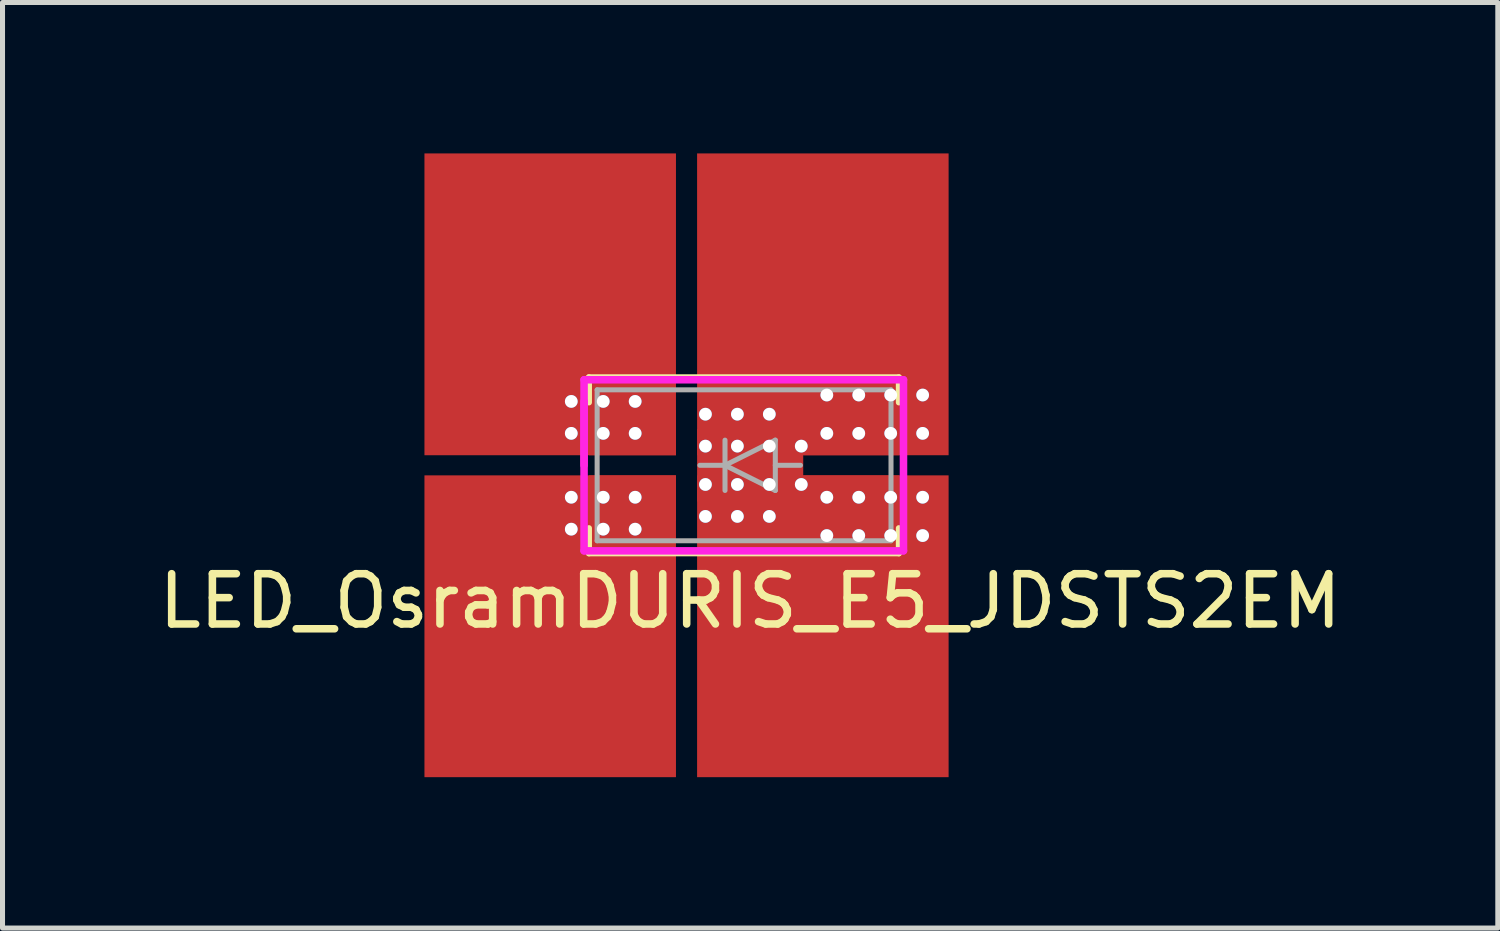
<source format=kicad_pcb>
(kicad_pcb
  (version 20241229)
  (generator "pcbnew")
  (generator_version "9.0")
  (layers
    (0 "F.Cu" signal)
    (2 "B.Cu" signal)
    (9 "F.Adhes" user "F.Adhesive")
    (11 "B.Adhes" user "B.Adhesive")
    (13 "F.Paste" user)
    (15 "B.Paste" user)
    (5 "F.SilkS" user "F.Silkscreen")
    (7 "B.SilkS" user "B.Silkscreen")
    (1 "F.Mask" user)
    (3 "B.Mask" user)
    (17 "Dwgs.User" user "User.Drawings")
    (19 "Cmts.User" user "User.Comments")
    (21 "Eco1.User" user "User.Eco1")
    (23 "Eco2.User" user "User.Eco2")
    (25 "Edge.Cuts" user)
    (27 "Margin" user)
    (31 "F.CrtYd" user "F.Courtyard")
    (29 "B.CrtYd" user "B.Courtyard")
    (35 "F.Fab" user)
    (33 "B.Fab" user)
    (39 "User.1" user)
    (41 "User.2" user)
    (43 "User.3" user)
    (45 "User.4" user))
  (footprint "LED_OsramDURIS_E5_JDSTS2EM"
    (layer "F.Cu")
    (at 11.863 6.2)
    (property "Reference" "LED_OsramDURIS_E5_JDSTS2EM" (at 0 2.7 0) (layer "F.SilkS") (effects (font (size 1 1) (thickness 0.15))))
    (attr smd)
    (fp_line (start -3.155 -1.05) (end -3.155 -0.25) (stroke (width 0.15) (type solid)) (layer "F.Mask"))
    (fp_line (start -3.155 -0.25) (end -1.525 -0.25) (stroke (width 0.15) (type solid)) (layer "F.Mask"))
    (fp_line (start -3.155 0.25) (end -1.525 0.25) (stroke (width 0.15) (type solid)) (layer "F.Mask"))
    (fp_line (start -3.155 1.05) (end -3.155 0.25) (stroke (width 0.15) (type solid)) (layer "F.Mask"))
    (fp_line (start -1.525 -1.05) (end -3.155 -1.05) (stroke (width 0.15) (type solid)) (layer "F.Mask"))
    (fp_line (start -1.525 -0.25) (end -1.525 -1.05) (stroke (width 0.15) (type solid)) (layer "F.Mask"))
    (fp_line (start -1.525 0.25) (end -1.525 1.05) (stroke (width 0.15) (type solid)) (layer "F.Mask"))
    (fp_line (start -1.525 1.05) (end -3.155 1.05) (stroke (width 0.15) (type solid)) (layer "F.Mask"))
    (fp_line (start -1.005 -0.65) (end 1.096 -0.65) (stroke (width 0.15) (type solid)) (layer "F.Mask"))
    (fp_line (start -1.005 0.65) (end -1.005 -0.65) (stroke (width 0.15) (type solid)) (layer "F.Mask"))
    (fp_line (start 0.996 -0.25) (end 0.996 0.25) (stroke (width 0.15) (type solid)) (layer "F.Mask"))
    (fp_line (start 0.996 0.25) (end 2.906 0.25) (stroke (width 0.15) (type solid)) (layer "F.Mask"))
    (fp_line (start 1.096 -1.05) (end 2.906 -1.05) (stroke (width 0.15) (type solid)) (layer "F.Mask"))
    (fp_line (start 1.096 -0.65) (end 1.096 -1.05) (stroke (width 0.15) (type solid)) (layer "F.Mask"))
    (fp_line (start 1.096 0.65) (end -1.005 0.65) (stroke (width 0.15) (type solid)) (layer "F.Mask"))
    (fp_line (start 1.096 1.05) (end 1.096 0.65) (stroke (width 0.15) (type solid)) (layer "F.Mask"))
    (fp_line (start 2.906 -1.05) (end 2.906 -0.25) (stroke (width 0.15) (type solid)) (layer "F.Mask"))
    (fp_line (start 2.906 -0.25) (end 0.996 -0.25) (stroke (width 0.15) (type solid)) (layer "F.Mask"))
    (fp_line (start 2.906 0.25) (end 2.906 1.05) (stroke (width 0.15) (type solid)) (layer "F.Mask"))
    (fp_line (start 2.906 1.05) (end 1.096 1.05) (stroke (width 0.15) (type solid)) (layer "F.Mask"))
    (fp_line (start -3.205 -1.75) (end -3.205 -1.25) (stroke (width 0.12) (type solid)) (layer "F.SilkS"))
    (fp_line (start -3.205 1.25) (end -3.205 1.75) (stroke (width 0.12) (type solid)) (layer "F.SilkS"))
    (fp_line (start -3.205 1.75) (end 2.956 1.75) (stroke (width 0.12) (type solid)) (layer "F.SilkS"))
    (fp_line (start 2.956 -1.75) (end -3.205 -1.75) (stroke (width 0.12) (type solid)) (layer "F.SilkS"))
    (fp_line (start 2.956 -1.75) (end 2.956 -1.25) (stroke (width 0.12) (type solid)) (layer "F.SilkS"))
    (fp_line (start 2.956 1.75) (end 2.956 1.25) (stroke (width 0.12) (type solid)) (layer "F.SilkS"))
    (fp_line (start -3.205 -1.1) (end -1.475 -1.1) (stroke (width 0.15) (type solid)) (layer "F.Paste"))
    (fp_line (start -3.205 -0.2) (end -3.205 -1.1) (stroke (width 0.15) (type solid)) (layer "F.Paste"))
    (fp_line (start -3.205 0.2) (end -1.475 0.2) (stroke (width 0.15) (type solid)) (layer "F.Paste"))
    (fp_line (start -3.205 1.1) (end -3.205 0.2) (stroke (width 0.15) (type solid)) (layer "F.Paste"))
    (fp_line (start -1.475 -1.1) (end -1.475 -0.2) (stroke (width 0.15) (type solid)) (layer "F.Paste"))
    (fp_line (start -1.475 -0.2) (end -3.205 -0.2) (stroke (width 0.15) (type solid)) (layer "F.Paste"))
    (fp_line (start -1.475 0.2) (end -1.475 1.1) (stroke (width 0.15) (type solid)) (layer "F.Paste"))
    (fp_line (start -1.475 1.1) (end -3.205 1.1) (stroke (width 0.15) (type solid)) (layer "F.Paste"))
    (fp_line (start -1.055 -0.7) (end 1.046 -0.7) (stroke (width 0.15) (type solid)) (layer "F.Paste"))
    (fp_line (start -1.055 0.7) (end -1.055 -0.7) (stroke (width 0.15) (type solid)) (layer "F.Paste"))
    (fp_line (start 1.046 -1.1) (end 2.956 -1.1) (stroke (width 0.15) (type solid)) (layer "F.Paste"))
    (fp_line (start 1.046 -0.7) (end 1.046 -1.1) (stroke (width 0.15) (type solid)) (layer "F.Paste"))
    (fp_line (start 1.046 -0.2) (end 1.046 0.2) (stroke (width 0.15) (type solid)) (layer "F.Paste"))
    (fp_line (start 1.046 0.2) (end 2.956 0.2) (stroke (width 0.15) (type solid)) (layer "F.Paste"))
    (fp_line (start 1.046 0.7) (end -1.055 0.7) (stroke (width 0.15) (type solid)) (layer "F.Paste"))
    (fp_line (start 1.046 1.1) (end 1.046 0.7) (stroke (width 0.15) (type solid)) (layer "F.Paste"))
    (fp_line (start 2.956 -1.1) (end 2.956 -0.2) (stroke (width 0.15) (type solid)) (layer "F.Paste"))
    (fp_line (start 2.956 -0.2) (end 1.046 -0.2) (stroke (width 0.15) (type solid)) (layer "F.Paste"))
    (fp_line (start 2.956 0.2) (end 2.956 1.1) (stroke (width 0.15) (type solid)) (layer "F.Paste"))
    (fp_line (start 2.956 1.1) (end 1.046 1.1) (stroke (width 0.15) (type solid)) (layer "F.Paste"))
    (fp_line (start -3.302 -1.7) (end 3.048 -1.7) (stroke (width 0.15) (type solid)) (layer "F.CrtYd"))
    (fp_line (start -3.302 -1.27) (end -3.302 0) (stroke (width 0.15) (type solid)) (layer "F.CrtYd"))
    (fp_line (start -3.302 1.7) (end -3.302 -1.7) (stroke (width 0.15) (type solid)) (layer "F.CrtYd"))
    (fp_line (start 3.048 -1.7) (end 3.048 1.7) (stroke (width 0.15) (type solid)) (layer "F.CrtYd"))
    (fp_line (start 3.048 1.7) (end -3.302 1.7) (stroke (width 0.15) (type solid)) (layer "F.CrtYd"))
    (fp_line (start -3.042 -1.5) (end 2.8 -1.5) (stroke (width 0.1) (type solid)) (layer "F.Fab"))
    (fp_line (start -3.042 1.5) (end -3.042 -1.5) (stroke (width 0.1) (type solid)) (layer "F.Fab"))
    (fp_line (start -1 0) (end -0.5 0) (stroke (width 0.1) (type solid)) (layer "F.Fab"))
    (fp_line (start -0.5 -0.5) (end -0.5 0.5) (stroke (width 0.1) (type solid)) (layer "F.Fab"))
    (fp_line (start -0.5 0) (end 0.5 -0.5) (stroke (width 0.1) (type solid)) (layer "F.Fab"))
    (fp_line (start 0.5 -0.5) (end 0.5 0.5) (stroke (width 0.1) (type solid)) (layer "F.Fab"))
    (fp_line (start 0.5 0.5) (end -0.5 0) (stroke (width 0.1) (type solid)) (layer "F.Fab"))
    (fp_line (start 1 0) (end 0.5 0) (stroke (width 0.1) (type solid)) (layer "F.Fab"))
    (fp_line (start 2.8 -1.5) (end 2.8 1.5) (stroke (width 0.1) (type solid)) (layer "F.Fab"))
    (fp_line (start 2.8 1.5) (end -3.042 1.5) (stroke (width 0.1) (type solid)) (layer "F.Fab"))
    (pad "1" smd rect (at -3.975 -3.2) (size 5 6) (layers "F.Cu"))
    (pad "1" smd rect (at -3.975 3.2) (size 5 6) (layers "F.Cu"))
    (pad "1" thru_hole circle (at -3.556 -1.27) (size 0.254 0.254) (drill 0.254) (layers "*.Cu"))
    (pad "1" thru_hole circle (at -3.556 -0.635) (size 0.254 0.254) (drill 0.254) (layers "*.Cu"))
    (pad "1" thru_hole circle (at -3.556 0.635) (size 0.254 0.254) (drill 0.254) (layers "*.Cu"))
    (pad "1" thru_hole circle (at -3.556 1.27) (size 0.254 0.254) (drill 0.254) (layers "*.Cu"))
    (pad "1" thru_hole circle (at -2.921 -1.27) (size 0.254 0.254) (drill 0.254) (layers "*.Cu"))
    (pad "1" thru_hole circle (at -2.921 -0.635) (size 0.254 0.254) (drill 0.254) (layers "*.Cu"))
    (pad "1" thru_hole circle (at -2.921 0.635) (size 0.254 0.254) (drill 0.254) (layers "*.Cu"))
    (pad "1" thru_hole circle (at -2.921 1.27) (size 0.254 0.254) (drill 0.254) (layers "*.Cu"))
    (pad "1" smd rect (at -2.34 -0.65) (size 1.73 0.9) (layers "F.Cu" "F.Mask" "F.Paste"))
    (pad "1" smd rect (at -2.34 0.65) (size 1.73 0.9) (layers "F.Cu" "F.Mask" "F.Paste"))
    (pad "1" thru_hole circle (at -2.286 -1.27) (size 0.254 0.254) (drill 0.254) (layers "*.Cu"))
    (pad "1" thru_hole circle (at -2.286 -0.635) (size 0.254 0.254) (drill 0.254) (layers "*.Cu"))
    (pad "1" thru_hole circle (at -2.286 0.635) (size 0.254 0.254) (drill 0.254) (layers "*.Cu"))
    (pad "1" thru_hole circle (at -2.286 1.27) (size 0.254 0.254) (drill 0.254) (layers "*.Cu"))
    (pad "2" thru_hole circle (at -0.889 -1.016) (size 0.254 0.254) (drill 0.254) (layers "*.Cu"))
    (pad "2" thru_hole circle (at -0.889 -0.381) (size 0.254 0.254) (drill 0.254) (layers "*.Cu"))
    (pad "2" thru_hole circle (at -0.889 0.381) (size 0.254 0.254) (drill 0.254) (layers "*.Cu"))
    (pad "2" thru_hole circle (at -0.889 1.016) (size 0.254 0.254) (drill 0.254) (layers "*.Cu"))
    (pad "2" thru_hole circle (at -0.254 -1.016) (size 0.254 0.254) (drill 0.254) (layers "*.Cu"))
    (pad "2" thru_hole circle (at -0.254 -0.381) (size 0.254 0.254) (drill 0.254) (layers "*.Cu"))
    (pad "2" thru_hole circle (at -0.254 0.381) (size 0.254 0.254) (drill 0.254) (layers "*.Cu"))
    (pad "2" thru_hole circle (at -0.254 1.016) (size 0.254 0.254) (drill 0.254) (layers "*.Cu"))
    (pad "2" smd rect (at 0 0) (size 2.11 1.44) (layers "F.Cu" "F.Mask" "F.Paste"))
    (pad "2" thru_hole circle (at 0.381 -1.016) (size 0.254 0.254) (drill 0.254) (layers "*.Cu"))
    (pad "2" thru_hole circle (at 0.381 -0.381) (size 0.254 0.254) (drill 0.254) (layers "*.Cu"))
    (pad "2" thru_hole circle (at 0.381 0.381) (size 0.254 0.254) (drill 0.254) (layers "*.Cu"))
    (pad "2" thru_hole circle (at 0.381 1.016) (size 0.254 0.254) (drill 0.254) (layers "*.Cu"))
    (pad "2" thru_hole circle (at 1.016 -0.381) (size 0.254 0.254) (drill 0.254) (layers "*.Cu"))
    (pad "2" thru_hole circle (at 1.016 0.381) (size 0.254 0.254) (drill 0.254) (layers "*.Cu"))
    (pad "2" smd rect (at 1.445 -3.2) (size 5 6) (layers "F.Cu"))
    (pad "2" smd rect (at 1.445 3.2) (size 5 6) (layers "F.Cu"))
    (pad "2" thru_hole circle (at 1.524 -1.397) (size 0.254 0.254) (drill 0.254) (layers "*.Cu"))
    (pad "2" thru_hole circle (at 1.524 -0.635) (size 0.254 0.254) (drill 0.254) (layers "*.Cu"))
    (pad "2" thru_hole circle (at 1.524 0.635) (size 0.254 0.254) (drill 0.254) (layers "*.Cu"))
    (pad "2" thru_hole circle (at 1.524 1.397) (size 0.254 0.254) (drill 0.254) (layers "*.Cu"))
    (pad "2" smd rect (at 2.01 -0.65) (size 1.91 0.9) (layers "F.Cu" "F.Mask" "F.Paste"))
    (pad "2" smd rect (at 2.01 0.65) (size 1.91 0.9) (layers "F.Cu" "F.Mask" "F.Paste"))
    (pad "2" thru_hole circle (at 2.159 -1.397) (size 0.254 0.254) (drill 0.254) (layers "*.Cu"))
    (pad "2" thru_hole circle (at 2.159 -0.635) (size 0.254 0.254) (drill 0.254) (layers "*.Cu"))
    (pad "2" thru_hole circle (at 2.159 0.635) (size 0.254 0.254) (drill 0.254) (layers "*.Cu"))
    (pad "2" thru_hole circle (at 2.159 1.397) (size 0.254 0.254) (drill 0.254) (layers "*.Cu"))
    (pad "2" thru_hole circle (at 2.794 -1.397) (size 0.254 0.254) (drill 0.254) (layers "*.Cu"))
    (pad "2" thru_hole circle (at 2.794 -0.635) (size 0.254 0.254) (drill 0.254) (layers "*.Cu"))
    (pad "2" thru_hole circle (at 2.794 0.635) (size 0.254 0.254) (drill 0.254) (layers "*.Cu"))
    (pad "2" thru_hole circle (at 2.794 1.397) (size 0.254 0.254) (drill 0.254) (layers "*.Cu"))
    (pad "2" thru_hole circle (at 3.429 -1.397) (size 0.254 0.254) (drill 0.254) (layers "*.Cu"))
    (pad "2" thru_hole circle (at 3.429 -0.635) (size 0.254 0.254) (drill 0.254) (layers "*.Cu"))
    (pad "2" thru_hole circle (at 3.429 0.635) (size 0.254 0.254) (drill 0.254) (layers "*.Cu"))
    (pad "2" thru_hole circle (at 3.429 1.397) (size 0.254 0.254) (drill 0.254) (layers "*.Cu")))
  (gr_rect
    (start -3 -3)
    (end 26.726 15.4)
    (stroke (width 0.1) (type default))
    (fill no)
    (layer "Edge.Cuts")))
</source>
